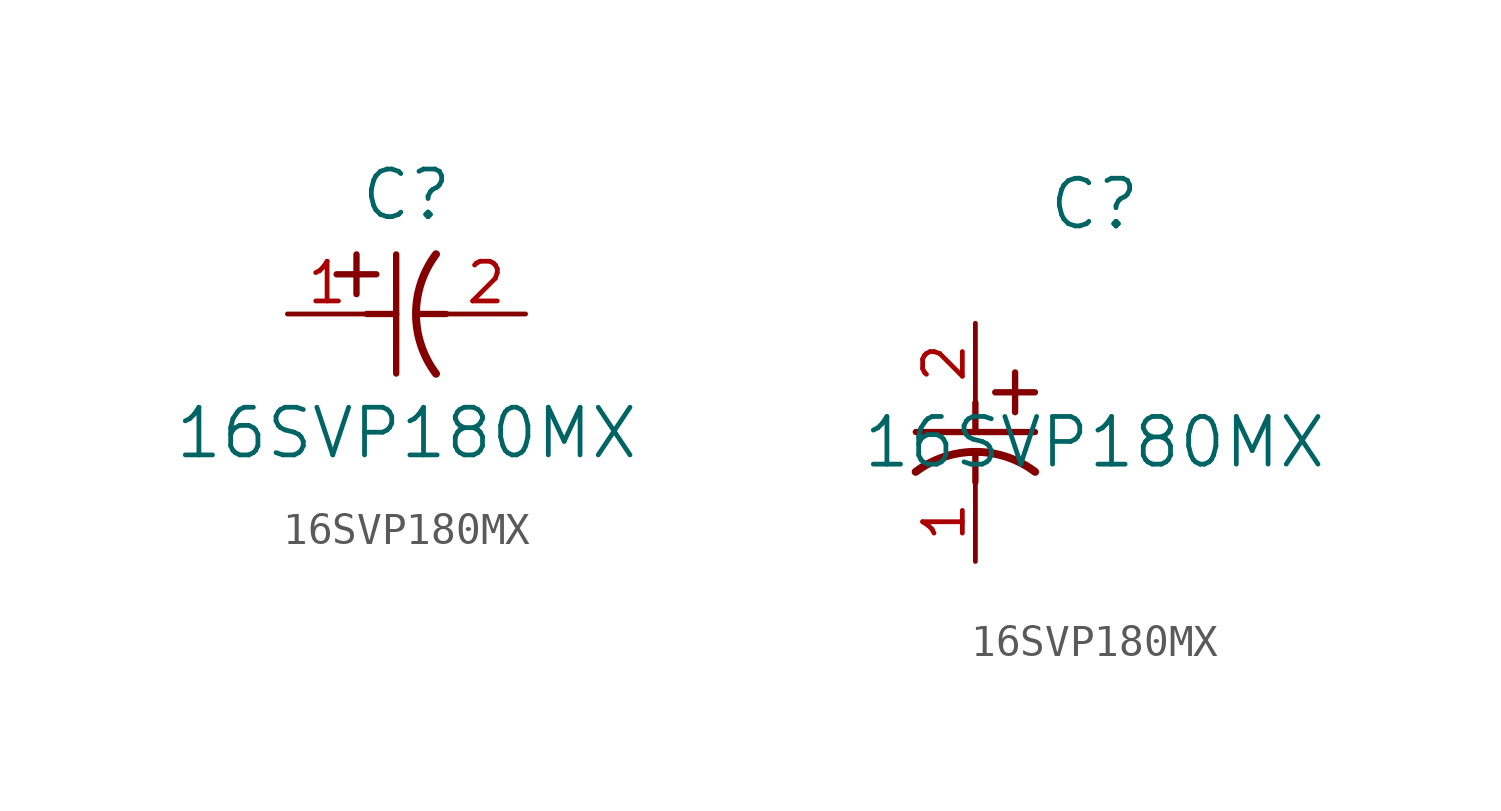
<source format=kicad_sym>
(kicad_symbol_lib
  (version 20211014)
  (generator kicad_symbol_editor)
  (symbol "16SVP180MX"
    (pin_names
      (offset 0.254))
    (property "Reference" "C"
      (at 3.81 3.81 0)
      (effects (font (size 1.524 1.524))))
    (property "Value" "16SVP180MX"
      (at 3.81 -3.81 0)
      (effects (font (size 1.524 1.524))))
    (symbol "16SVP180MX_1_1"
      (polyline (pts (xy 2.21 0.635) (xy 2.21 1.905)) (stroke (width 0.203) (type default) (color 0 0 0 0)) (fill (type none)))
      (arc (start 4.754132 1.910763) (mid 4.1148 0) (end 4.754132 -1.910763) (stroke (width 0.254) (type default) (color 0 0 0 0)) (fill (type none)))
      (polyline (pts (xy 4.115 0) (xy 5.08 0)) (stroke (width 0.203) (type default) (color 0 0 0 0)) (fill (type none)))
      (polyline (pts (xy 3.48 -1.905) (xy 3.48 1.905)) (stroke (width 0.203) (type default) (color 0 0 0 0)) (fill (type none)))
      (polyline (pts (xy 1.575 1.27) (xy 2.845 1.27)) (stroke (width 0.203) (type default) (color 0 0 0 0)) (fill (type none)))
      (polyline (pts (xy 2.54 0) (xy 3.48 0)) (stroke (width 0.203) (type default) (color 0 0 0 0)) (fill (type none)))
      (pin unspecified line (at 0 0 0) (length 2.54) (name "" (effects (font (size 1.27 1.27)))) (number "1" (effects (font (size 1.27 1.27)))))
      (pin unspecified line (at 7.62 0 180) (length 2.54) (name "" (effects (font (size 1.27 1.27)))) (number "2" (effects (font (size 1.27 1.27))))))
    (symbol "16SVP180MX_1_2"
      (polyline (pts (xy 0 -2.54) (xy 0 -3.48)) (stroke (width 0.203) (type default) (color 0 0 0 0)) (fill (type none)))
      (arc (start 1.910763 -4.754132) (mid 0 -4.1148) (end -1.910763 -4.754132) (stroke (width 0.254) (type default) (color 0 0 0 0)) (fill (type none)))
      (polyline (pts (xy -1.905 -3.48) (xy 1.905 -3.48)) (stroke (width 0.203) (type default) (color 0 0 0 0)) (fill (type none)))
      (polyline (pts (xy 0.635 -2.21) (xy 1.905 -2.21)) (stroke (width 0.203) (type default) (color 0 0 0 0)) (fill (type none)))
      (polyline (pts (xy 1.27 -1.575) (xy 1.27 -2.845)) (stroke (width 0.203) (type default) (color 0 0 0 0)) (fill (type none)))
      (polyline (pts (xy 0 -4.115) (xy 0 -5.08)) (stroke (width 0.203) (type default) (color 0 0 0 0)) (fill (type none)))
      (pin unspecified line (at 0 -7.62 90) (length 2.54) (name "" (effects (font (size 1.27 1.27)))) (number "1" (effects (font (size 1.27 1.27)))))
      (pin unspecified line (at 0 0 270) (length 2.54) (name "" (effects (font (size 1.27 1.27)))) (number "2" (effects (font (size 1.27 1.27))))))))
</source>
